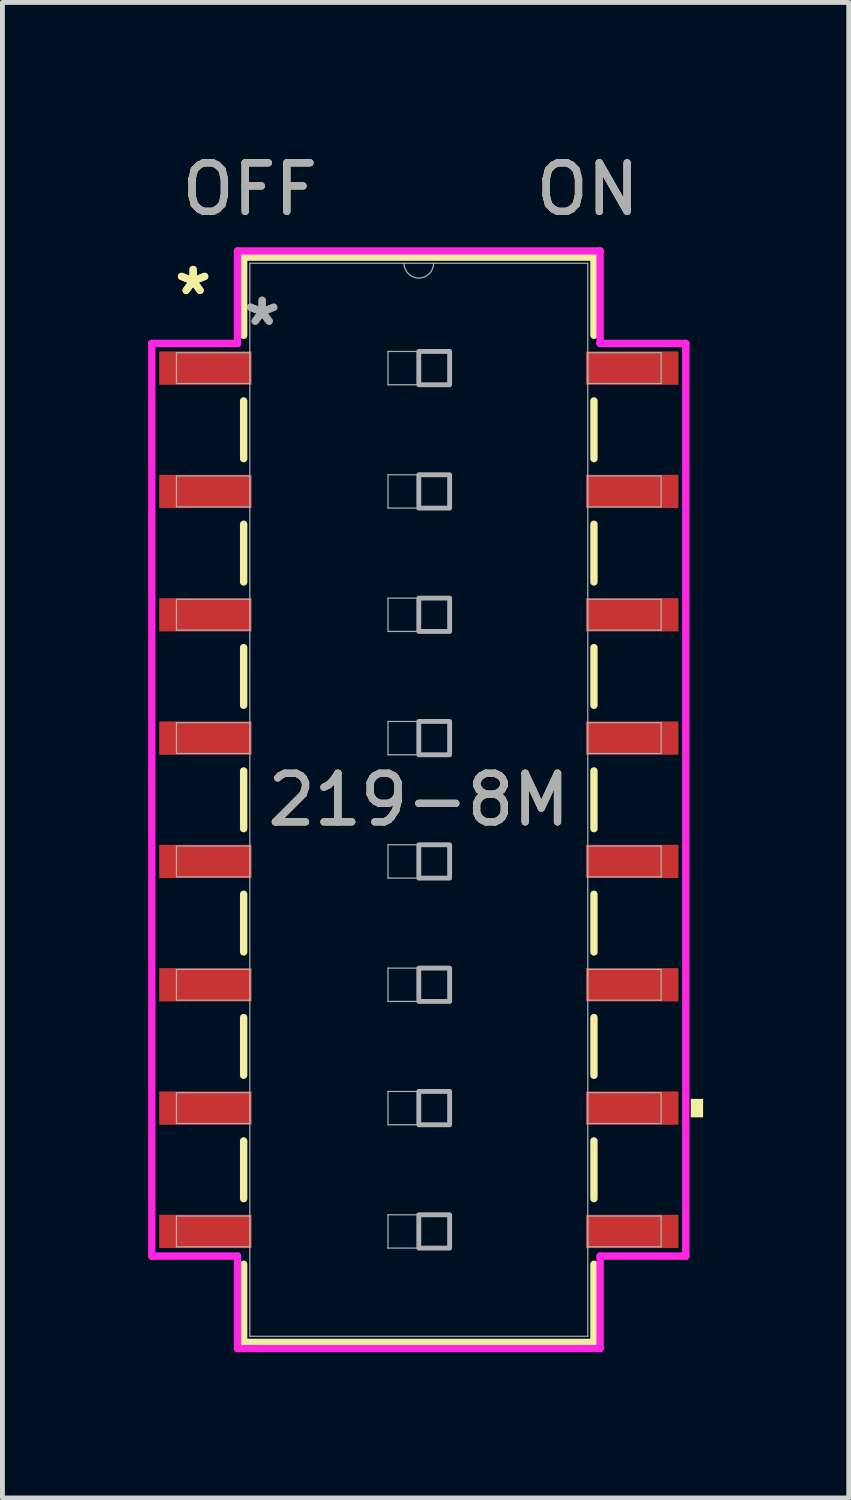
<source format=kicad_pcb>
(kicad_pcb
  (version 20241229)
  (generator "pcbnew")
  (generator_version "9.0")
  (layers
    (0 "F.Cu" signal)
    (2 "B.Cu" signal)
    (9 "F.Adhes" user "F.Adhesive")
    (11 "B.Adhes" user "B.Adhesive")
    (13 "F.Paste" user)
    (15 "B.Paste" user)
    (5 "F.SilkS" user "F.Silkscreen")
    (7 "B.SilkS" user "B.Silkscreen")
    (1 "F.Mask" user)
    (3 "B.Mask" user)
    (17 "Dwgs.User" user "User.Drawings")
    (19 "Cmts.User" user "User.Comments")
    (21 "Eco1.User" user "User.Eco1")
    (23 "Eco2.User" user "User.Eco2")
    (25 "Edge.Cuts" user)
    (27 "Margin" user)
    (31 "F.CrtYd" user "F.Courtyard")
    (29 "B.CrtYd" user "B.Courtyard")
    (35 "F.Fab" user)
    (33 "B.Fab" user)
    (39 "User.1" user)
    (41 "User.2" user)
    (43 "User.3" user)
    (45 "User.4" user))
  (footprint "219-8M"
    (layer "F.Cu")
    (at 5.575 13.421)
    (property "Reference" "219-8M" (at 0 0 0) (unlocked yes) (layer "F.SilkS") (effects (font (size 1 1) (thickness 0.15))))
    (attr smd)
    (fp_line (start -3.607 -11.176) (end -3.607 -9.566) (stroke (width 0.152) (type solid)) (layer "F.SilkS"))
    (fp_line (start -3.607 -8.214) (end -3.607 -7.026) (stroke (width 0.152) (type solid)) (layer "F.SilkS"))
    (fp_line (start -3.607 -5.674) (end -3.607 -4.486) (stroke (width 0.152) (type solid)) (layer "F.SilkS"))
    (fp_line (start -3.607 -3.134) (end -3.607 -1.946) (stroke (width 0.152) (type solid)) (layer "F.SilkS"))
    (fp_line (start -3.607 -0.594) (end -3.607 0.594) (stroke (width 0.152) (type solid)) (layer "F.SilkS"))
    (fp_line (start -3.607 1.946) (end -3.607 3.134) (stroke (width 0.152) (type solid)) (layer "F.SilkS"))
    (fp_line (start -3.607 4.486) (end -3.607 5.674) (stroke (width 0.152) (type solid)) (layer "F.SilkS"))
    (fp_line (start -3.607 7.026) (end -3.607 8.214) (stroke (width 0.152) (type solid)) (layer "F.SilkS"))
    (fp_line (start -3.607 9.566) (end -3.607 11.176) (stroke (width 0.152) (type solid)) (layer "F.SilkS"))
    (fp_line (start -3.607 11.176) (end 3.607 11.176) (stroke (width 0.152) (type solid)) (layer "F.SilkS"))
    (fp_line (start 3.607 -11.176) (end -3.607 -11.176) (stroke (width 0.152) (type solid)) (layer "F.SilkS"))
    (fp_line (start 3.607 -9.566) (end 3.607 -11.176) (stroke (width 0.152) (type solid)) (layer "F.SilkS"))
    (fp_line (start 3.607 -7.026) (end 3.607 -8.214) (stroke (width 0.152) (type solid)) (layer "F.SilkS"))
    (fp_line (start 3.607 -4.486) (end 3.607 -5.674) (stroke (width 0.152) (type solid)) (layer "F.SilkS"))
    (fp_line (start 3.607 -1.946) (end 3.607 -3.134) (stroke (width 0.152) (type solid)) (layer "F.SilkS"))
    (fp_line (start 3.607 0.594) (end 3.607 -0.594) (stroke (width 0.152) (type solid)) (layer "F.SilkS"))
    (fp_line (start 3.607 3.134) (end 3.607 1.946) (stroke (width 0.152) (type solid)) (layer "F.SilkS"))
    (fp_line (start 3.607 5.674) (end 3.607 4.486) (stroke (width 0.152) (type solid)) (layer "F.SilkS"))
    (fp_line (start 3.607 8.214) (end 3.607 7.026) (stroke (width 0.152) (type solid)) (layer "F.SilkS"))
    (fp_line (start 3.607 11.176) (end 3.607 9.566) (stroke (width 0.152) (type solid)) (layer "F.SilkS"))
    (fp_poly (pts (xy 5.855 6.16) (xy 5.855 6.54) (xy 5.601 6.54) (xy 5.601 6.16)) (stroke (width 0) (type solid)) (fill yes) (layer "F.SilkS"))
    (fp_line (start -5.499 -9.398) (end -3.734 -9.398) (stroke (width 0.152) (type solid)) (layer "F.CrtYd"))
    (fp_line (start -5.499 9.398) (end -5.499 -9.398) (stroke (width 0.152) (type solid)) (layer "F.CrtYd"))
    (fp_line (start -3.734 -11.303) (end 3.734 -11.303) (stroke (width 0.152) (type solid)) (layer "F.CrtYd"))
    (fp_line (start -3.734 -9.398) (end -3.734 -11.303) (stroke (width 0.152) (type solid)) (layer "F.CrtYd"))
    (fp_line (start -3.734 9.398) (end -5.499 9.398) (stroke (width 0.152) (type solid)) (layer "F.CrtYd"))
    (fp_line (start -3.734 11.303) (end -3.734 9.398) (stroke (width 0.152) (type solid)) (layer "F.CrtYd"))
    (fp_line (start 3.734 -11.303) (end 3.734 -9.398) (stroke (width 0.152) (type solid)) (layer "F.CrtYd"))
    (fp_line (start 3.734 -9.398) (end 5.499 -9.398) (stroke (width 0.152) (type solid)) (layer "F.CrtYd"))
    (fp_line (start 3.734 9.398) (end 3.734 11.303) (stroke (width 0.152) (type solid)) (layer "F.CrtYd"))
    (fp_line (start 3.734 11.303) (end -3.734 11.303) (stroke (width 0.152) (type solid)) (layer "F.CrtYd"))
    (fp_line (start 5.499 -9.398) (end 5.499 9.398) (stroke (width 0.152) (type solid)) (layer "F.CrtYd"))
    (fp_line (start 5.499 9.398) (end 3.734 9.398) (stroke (width 0.152) (type solid)) (layer "F.CrtYd"))
    (fp_line (start -4.991 -9.207) (end -4.991 -8.572) (stroke (width 0.025) (type solid)) (layer "F.Fab"))
    (fp_line (start -4.991 -8.572) (end -3.48 -8.572) (stroke (width 0.025) (type solid)) (layer "F.Fab"))
    (fp_line (start -4.991 -6.668) (end -4.991 -6.032) (stroke (width 0.025) (type solid)) (layer "F.Fab"))
    (fp_line (start -4.991 -6.032) (end -3.48 -6.032) (stroke (width 0.025) (type solid)) (layer "F.Fab"))
    (fp_line (start -4.991 -4.128) (end -4.991 -3.493) (stroke (width 0.025) (type solid)) (layer "F.Fab"))
    (fp_line (start -4.991 -3.493) (end -3.48 -3.493) (stroke (width 0.025) (type solid)) (layer "F.Fab"))
    (fp_line (start -4.991 -1.587) (end -4.991 -0.953) (stroke (width 0.025) (type solid)) (layer "F.Fab"))
    (fp_line (start -4.991 -0.953) (end -3.48 -0.953) (stroke (width 0.025) (type solid)) (layer "F.Fab"))
    (fp_line (start -4.991 0.953) (end -4.991 1.587) (stroke (width 0.025) (type solid)) (layer "F.Fab"))
    (fp_line (start -4.991 1.587) (end -3.48 1.587) (stroke (width 0.025) (type solid)) (layer "F.Fab"))
    (fp_line (start -4.991 3.493) (end -4.991 4.128) (stroke (width 0.025) (type solid)) (layer "F.Fab"))
    (fp_line (start -4.991 4.128) (end -3.48 4.128) (stroke (width 0.025) (type solid)) (layer "F.Fab"))
    (fp_line (start -4.991 6.032) (end -4.991 6.668) (stroke (width 0.025) (type solid)) (layer "F.Fab"))
    (fp_line (start -4.991 6.668) (end -3.48 6.668) (stroke (width 0.025) (type solid)) (layer "F.Fab"))
    (fp_line (start -4.991 8.572) (end -4.991 9.207) (stroke (width 0.025) (type solid)) (layer "F.Fab"))
    (fp_line (start -4.991 9.207) (end -3.48 9.207) (stroke (width 0.025) (type solid)) (layer "F.Fab"))
    (fp_line (start -3.48 -11.049) (end -3.48 11.049) (stroke (width 0.025) (type solid)) (layer "F.Fab"))
    (fp_line (start -3.48 -9.207) (end -4.991 -9.207) (stroke (width 0.025) (type solid)) (layer "F.Fab"))
    (fp_line (start -3.48 -8.572) (end -3.48 -9.207) (stroke (width 0.025) (type solid)) (layer "F.Fab"))
    (fp_line (start -3.48 -6.668) (end -4.991 -6.668) (stroke (width 0.025) (type solid)) (layer "F.Fab"))
    (fp_line (start -3.48 -6.032) (end -3.48 -6.668) (stroke (width 0.025) (type solid)) (layer "F.Fab"))
    (fp_line (start -3.48 -4.128) (end -4.991 -4.128) (stroke (width 0.025) (type solid)) (layer "F.Fab"))
    (fp_line (start -3.48 -3.493) (end -3.48 -4.128) (stroke (width 0.025) (type solid)) (layer "F.Fab"))
    (fp_line (start -3.48 -1.587) (end -4.991 -1.587) (stroke (width 0.025) (type solid)) (layer "F.Fab"))
    (fp_line (start -3.48 -0.953) (end -3.48 -1.587) (stroke (width 0.025) (type solid)) (layer "F.Fab"))
    (fp_line (start -3.48 0.953) (end -4.991 0.953) (stroke (width 0.025) (type solid)) (layer "F.Fab"))
    (fp_line (start -3.48 1.587) (end -3.48 0.953) (stroke (width 0.025) (type solid)) (layer "F.Fab"))
    (fp_line (start -3.48 3.493) (end -4.991 3.493) (stroke (width 0.025) (type solid)) (layer "F.Fab"))
    (fp_line (start -3.48 4.128) (end -3.48 3.493) (stroke (width 0.025) (type solid)) (layer "F.Fab"))
    (fp_line (start -3.48 6.032) (end -4.991 6.032) (stroke (width 0.025) (type solid)) (layer "F.Fab"))
    (fp_line (start -3.48 6.668) (end -3.48 6.032) (stroke (width 0.025) (type solid)) (layer "F.Fab"))
    (fp_line (start -3.48 8.572) (end -4.991 8.572) (stroke (width 0.025) (type solid)) (layer "F.Fab"))
    (fp_line (start -3.48 9.207) (end -3.48 8.572) (stroke (width 0.025) (type solid)) (layer "F.Fab"))
    (fp_line (start -3.48 11.049) (end 3.48 11.049) (stroke (width 0.025) (type solid)) (layer "F.Fab"))
    (fp_line (start -0.635 -9.233) (end 0.635 -9.233) (stroke (width 0.025) (type solid)) (layer "F.Fab"))
    (fp_line (start -0.635 -8.547) (end -0.635 -9.233) (stroke (width 0.025) (type solid)) (layer "F.Fab"))
    (fp_line (start -0.635 -6.693) (end 0.635 -6.693) (stroke (width 0.025) (type solid)) (layer "F.Fab"))
    (fp_line (start -0.635 -6.007) (end -0.635 -6.693) (stroke (width 0.025) (type solid)) (layer "F.Fab"))
    (fp_line (start -0.635 -4.153) (end 0.635 -4.153) (stroke (width 0.025) (type solid)) (layer "F.Fab"))
    (fp_line (start -0.635 -3.467) (end -0.635 -4.153) (stroke (width 0.025) (type solid)) (layer "F.Fab"))
    (fp_line (start -0.635 -1.613) (end 0.635 -1.613) (stroke (width 0.025) (type solid)) (layer "F.Fab"))
    (fp_line (start -0.635 -0.927) (end -0.635 -1.613) (stroke (width 0.025) (type solid)) (layer "F.Fab"))
    (fp_line (start -0.635 0.927) (end 0.635 0.927) (stroke (width 0.025) (type solid)) (layer "F.Fab"))
    (fp_line (start -0.635 1.613) (end -0.635 0.927) (stroke (width 0.025) (type solid)) (layer "F.Fab"))
    (fp_line (start -0.635 3.467) (end 0.635 3.467) (stroke (width 0.025) (type solid)) (layer "F.Fab"))
    (fp_line (start -0.635 4.153) (end -0.635 3.467) (stroke (width 0.025) (type solid)) (layer "F.Fab"))
    (fp_line (start -0.635 6.007) (end 0.635 6.007) (stroke (width 0.025) (type solid)) (layer "F.Fab"))
    (fp_line (start -0.635 6.693) (end -0.635 6.007) (stroke (width 0.025) (type solid)) (layer "F.Fab"))
    (fp_line (start -0.635 8.547) (end 0.635 8.547) (stroke (width 0.025) (type solid)) (layer "F.Fab"))
    (fp_line (start -0.635 9.233) (end -0.635 8.547) (stroke (width 0.025) (type solid)) (layer "F.Fab"))
    (fp_line (start 0.635 -9.233) (end 0.635 -8.547) (stroke (width 0.025) (type solid)) (layer "F.Fab"))
    (fp_line (start 0.635 -8.547) (end -0.635 -8.547) (stroke (width 0.025) (type solid)) (layer "F.Fab"))
    (fp_line (start 0.635 -6.693) (end 0.635 -6.007) (stroke (width 0.025) (type solid)) (layer "F.Fab"))
    (fp_line (start 0.635 -6.007) (end -0.635 -6.007) (stroke (width 0.025) (type solid)) (layer "F.Fab"))
    (fp_line (start 0.635 -4.153) (end 0.635 -3.467) (stroke (width 0.025) (type solid)) (layer "F.Fab"))
    (fp_line (start 0.635 -3.467) (end -0.635 -3.467) (stroke (width 0.025) (type solid)) (layer "F.Fab"))
    (fp_line (start 0.635 -1.613) (end 0.635 -0.927) (stroke (width 0.025) (type solid)) (layer "F.Fab"))
    (fp_line (start 0.635 -0.927) (end -0.635 -0.927) (stroke (width 0.025) (type solid)) (layer "F.Fab"))
    (fp_line (start 0.635 0.927) (end 0.635 1.613) (stroke (width 0.025) (type solid)) (layer "F.Fab"))
    (fp_line (start 0.635 1.613) (end -0.635 1.613) (stroke (width 0.025) (type solid)) (layer "F.Fab"))
    (fp_line (start 0.635 3.467) (end 0.635 4.153) (stroke (width 0.025) (type solid)) (layer "F.Fab"))
    (fp_line (start 0.635 4.153) (end -0.635 4.153) (stroke (width 0.025) (type solid)) (layer "F.Fab"))
    (fp_line (start 0.635 6.007) (end 0.635 6.693) (stroke (width 0.025) (type solid)) (layer "F.Fab"))
    (fp_line (start 0.635 6.693) (end -0.635 6.693) (stroke (width 0.025) (type solid)) (layer "F.Fab"))
    (fp_line (start 0.635 8.547) (end 0.635 9.233) (stroke (width 0.025) (type solid)) (layer "F.Fab"))
    (fp_line (start 0.635 9.233) (end -0.635 9.233) (stroke (width 0.025) (type solid)) (layer "F.Fab"))
    (fp_line (start 3.48 -11.049) (end -3.48 -11.049) (stroke (width 0.025) (type solid)) (layer "F.Fab"))
    (fp_line (start 3.48 -9.207) (end 3.48 -8.572) (stroke (width 0.025) (type solid)) (layer "F.Fab"))
    (fp_line (start 3.48 -8.572) (end 4.991 -8.572) (stroke (width 0.025) (type solid)) (layer "F.Fab"))
    (fp_line (start 3.48 -6.668) (end 3.48 -6.032) (stroke (width 0.025) (type solid)) (layer "F.Fab"))
    (fp_line (start 3.48 -6.032) (end 4.991 -6.032) (stroke (width 0.025) (type solid)) (layer "F.Fab"))
    (fp_line (start 3.48 -4.128) (end 3.48 -3.493) (stroke (width 0.025) (type solid)) (layer "F.Fab"))
    (fp_line (start 3.48 -3.493) (end 4.991 -3.493) (stroke (width 0.025) (type solid)) (layer "F.Fab"))
    (fp_line (start 3.48 -1.587) (end 3.48 -0.953) (stroke (width 0.025) (type solid)) (layer "F.Fab"))
    (fp_line (start 3.48 -0.953) (end 4.991 -0.953) (stroke (width 0.025) (type solid)) (layer "F.Fab"))
    (fp_line (start 3.48 0.953) (end 3.48 1.587) (stroke (width 0.025) (type solid)) (layer "F.Fab"))
    (fp_line (start 3.48 1.587) (end 4.991 1.587) (stroke (width 0.025) (type solid)) (layer "F.Fab"))
    (fp_line (start 3.48 3.493) (end 3.48 4.128) (stroke (width 0.025) (type solid)) (layer "F.Fab"))
    (fp_line (start 3.48 4.128) (end 4.991 4.128) (stroke (width 0.025) (type solid)) (layer "F.Fab"))
    (fp_line (start 3.48 6.032) (end 3.48 6.668) (stroke (width 0.025) (type solid)) (layer "F.Fab"))
    (fp_line (start 3.48 6.668) (end 4.991 6.668) (stroke (width 0.025) (type solid)) (layer "F.Fab"))
    (fp_line (start 3.48 8.572) (end 3.48 9.207) (stroke (width 0.025) (type solid)) (layer "F.Fab"))
    (fp_line (start 3.48 9.207) (end 4.991 9.207) (stroke (width 0.025) (type solid)) (layer "F.Fab"))
    (fp_line (start 3.48 11.049) (end 3.48 -11.049) (stroke (width 0.025) (type solid)) (layer "F.Fab"))
    (fp_line (start 4.991 -9.207) (end 3.48 -9.207) (stroke (width 0.025) (type solid)) (layer "F.Fab"))
    (fp_line (start 4.991 -8.572) (end 4.991 -9.207) (stroke (width 0.025) (type solid)) (layer "F.Fab"))
    (fp_line (start 4.991 -6.668) (end 3.48 -6.668) (stroke (width 0.025) (type solid)) (layer "F.Fab"))
    (fp_line (start 4.991 -6.032) (end 4.991 -6.668) (stroke (width 0.025) (type solid)) (layer "F.Fab"))
    (fp_line (start 4.991 -4.128) (end 3.48 -4.128) (stroke (width 0.025) (type solid)) (layer "F.Fab"))
    (fp_line (start 4.991 -3.493) (end 4.991 -4.128) (stroke (width 0.025) (type solid)) (layer "F.Fab"))
    (fp_line (start 4.991 -1.587) (end 3.48 -1.587) (stroke (width 0.025) (type solid)) (layer "F.Fab"))
    (fp_line (start 4.991 -0.953) (end 4.991 -1.587) (stroke (width 0.025) (type solid)) (layer "F.Fab"))
    (fp_line (start 4.991 0.953) (end 3.48 0.953) (stroke (width 0.025) (type solid)) (layer "F.Fab"))
    (fp_line (start 4.991 1.587) (end 4.991 0.953) (stroke (width 0.025) (type solid)) (layer "F.Fab"))
    (fp_line (start 4.991 3.493) (end 3.48 3.493) (stroke (width 0.025) (type solid)) (layer "F.Fab"))
    (fp_line (start 4.991 4.128) (end 4.991 3.493) (stroke (width 0.025) (type solid)) (layer "F.Fab"))
    (fp_line (start 4.991 6.032) (end 3.48 6.032) (stroke (width 0.025) (type solid)) (layer "F.Fab"))
    (fp_line (start 4.991 6.668) (end 4.991 6.032) (stroke (width 0.025) (type solid)) (layer "F.Fab"))
    (fp_line (start 4.991 8.572) (end 3.48 8.572) (stroke (width 0.025) (type solid)) (layer "F.Fab"))
    (fp_line (start 4.991 9.207) (end 4.991 8.572) (stroke (width 0.025) (type solid)) (layer "F.Fab"))
    (fp_arc (start 0.3048 -11.049) (mid 0 -10.7442) (end -0.3048 -11.049) (stroke (width 0.0254) (type solid)) (layer "F.Fab"))
    (fp_poly (pts (xy 0 -9.233) (xy 0.635 -9.233) (xy 0.635 -8.547) (xy 0 -8.547)) (stroke (width 0.1) (type solid)) (fill no) (layer "F.Fab"))
    (fp_poly (pts (xy 0 -6.693) (xy 0.635 -6.693) (xy 0.635 -6.007) (xy 0 -6.007)) (stroke (width 0.1) (type solid)) (fill no) (layer "F.Fab"))
    (fp_poly (pts (xy 0 -4.153) (xy 0.635 -4.153) (xy 0.635 -3.467) (xy 0 -3.467)) (stroke (width 0.1) (type solid)) (fill no) (layer "F.Fab"))
    (fp_poly (pts (xy 0 -1.613) (xy 0.635 -1.613) (xy 0.635 -0.927) (xy 0 -0.927)) (stroke (width 0.1) (type solid)) (fill no) (layer "F.Fab"))
    (fp_poly (pts (xy 0 0.927) (xy 0.635 0.927) (xy 0.635 1.613) (xy 0 1.613)) (stroke (width 0.1) (type solid)) (fill no) (layer "F.Fab"))
    (fp_poly (pts (xy 0 3.467) (xy 0.635 3.467) (xy 0.635 4.153) (xy 0 4.153)) (stroke (width 0.1) (type solid)) (fill no) (layer "F.Fab"))
    (fp_poly (pts (xy 0 6.007) (xy 0.635 6.007) (xy 0.635 6.693) (xy 0 6.693)) (stroke (width 0.1) (type solid)) (fill no) (layer "F.Fab"))
    (fp_poly (pts (xy 0 8.547) (xy 0.635 8.547) (xy 0.635 9.233) (xy 0 9.233)) (stroke (width 0.1) (type solid)) (fill no) (layer "F.Fab"))
    (fp_text user "ON" (at 3.48 -12.573 0) (unlocked yes) (layer "F.SilkS") (effects (font (size 1 1) (thickness 0.15))))
    (fp_text user "*" (at -4.648 -10.376 0) (layer "F.SilkS") (effects (font (size 1 1) (thickness 0.15))))
    (fp_text user "*" (at -4.648 -10.376 0) (unlocked yes) (layer "F.SilkS") (effects (font (size 1 1) (thickness 0.15))))
    (fp_text user "OFF" (at -3.48 -12.573 0) (unlocked yes) (layer "F.SilkS") (effects (font (size 1 1) (thickness 0.15))))
    (fp_text user "*" (at -3.226 -9.741 0) (layer "F.Fab") (effects (font (size 1 1) (thickness 0.15))))
    (fp_text user "OFF" (at -3.48 -12.573 0) (unlocked yes) (layer "F.Fab") (effects (font (size 1 1) (thickness 0.15))))
    (fp_text user "ON" (at 3.48 -12.573 0) (unlocked yes) (layer "F.Fab") (effects (font (size 1 1) (thickness 0.15))))
    (fp_text user "*" (at -3.226 -9.741 0) (unlocked yes) (layer "F.Fab") (effects (font (size 1 1) (thickness 0.15))))
    (fp_text user "${REFERENCE}" (at 0 0 0) (unlocked yes) (layer "F.Fab") (effects (font (size 1 1) (thickness 0.15))))
    (pad "1" smd rect (at -4.394 -8.89) (size 1.905 0.686) (layers "F.Cu" "F.Mask" "F.Paste"))
    (pad "2" smd rect (at -4.394 -6.35) (size 1.905 0.686) (layers "F.Cu" "F.Mask" "F.Paste"))
    (pad "3" smd rect (at -4.394 -3.81) (size 1.905 0.686) (layers "F.Cu" "F.Mask" "F.Paste"))
    (pad "4" smd rect (at -4.394 -1.27) (size 1.905 0.686) (layers "F.Cu" "F.Mask" "F.Paste"))
    (pad "5" smd rect (at -4.394 1.27) (size 1.905 0.686) (layers "F.Cu" "F.Mask" "F.Paste"))
    (pad "6" smd rect (at -4.394 3.81) (size 1.905 0.686) (layers "F.Cu" "F.Mask" "F.Paste"))
    (pad "7" smd rect (at -4.394 6.35) (size 1.905 0.686) (layers "F.Cu" "F.Mask" "F.Paste"))
    (pad "8" smd rect (at -4.394 8.89) (size 1.905 0.686) (layers "F.Cu" "F.Mask" "F.Paste"))
    (pad "9" smd rect (at 4.394 8.89) (size 1.905 0.686) (layers "F.Cu" "F.Mask" "F.Paste"))
    (pad "10" smd rect (at 4.394 6.35) (size 1.905 0.686) (layers "F.Cu" "F.Mask" "F.Paste"))
    (pad "11" smd rect (at 4.394 3.81) (size 1.905 0.686) (layers "F.Cu" "F.Mask" "F.Paste"))
    (pad "12" smd rect (at 4.394 1.27) (size 1.905 0.686) (layers "F.Cu" "F.Mask" "F.Paste"))
    (pad "13" smd rect (at 4.394 -1.27) (size 1.905 0.686) (layers "F.Cu" "F.Mask" "F.Paste"))
    (pad "14" smd rect (at 4.394 -3.81) (size 1.905 0.686) (layers "F.Cu" "F.Mask" "F.Paste"))
    (pad "15" smd rect (at 4.394 -6.35) (size 1.905 0.686) (layers "F.Cu" "F.Mask" "F.Paste"))
    (pad "16" smd rect (at 4.394 -8.89) (size 1.905 0.686) (layers "F.Cu" "F.Mask" "F.Paste")))
  (gr_rect
    (start -3 -3)
    (end 14.43 27.8)
    (stroke (width 0.1) (type default))
    (fill no)
    (layer "Edge.Cuts")))
</source>
